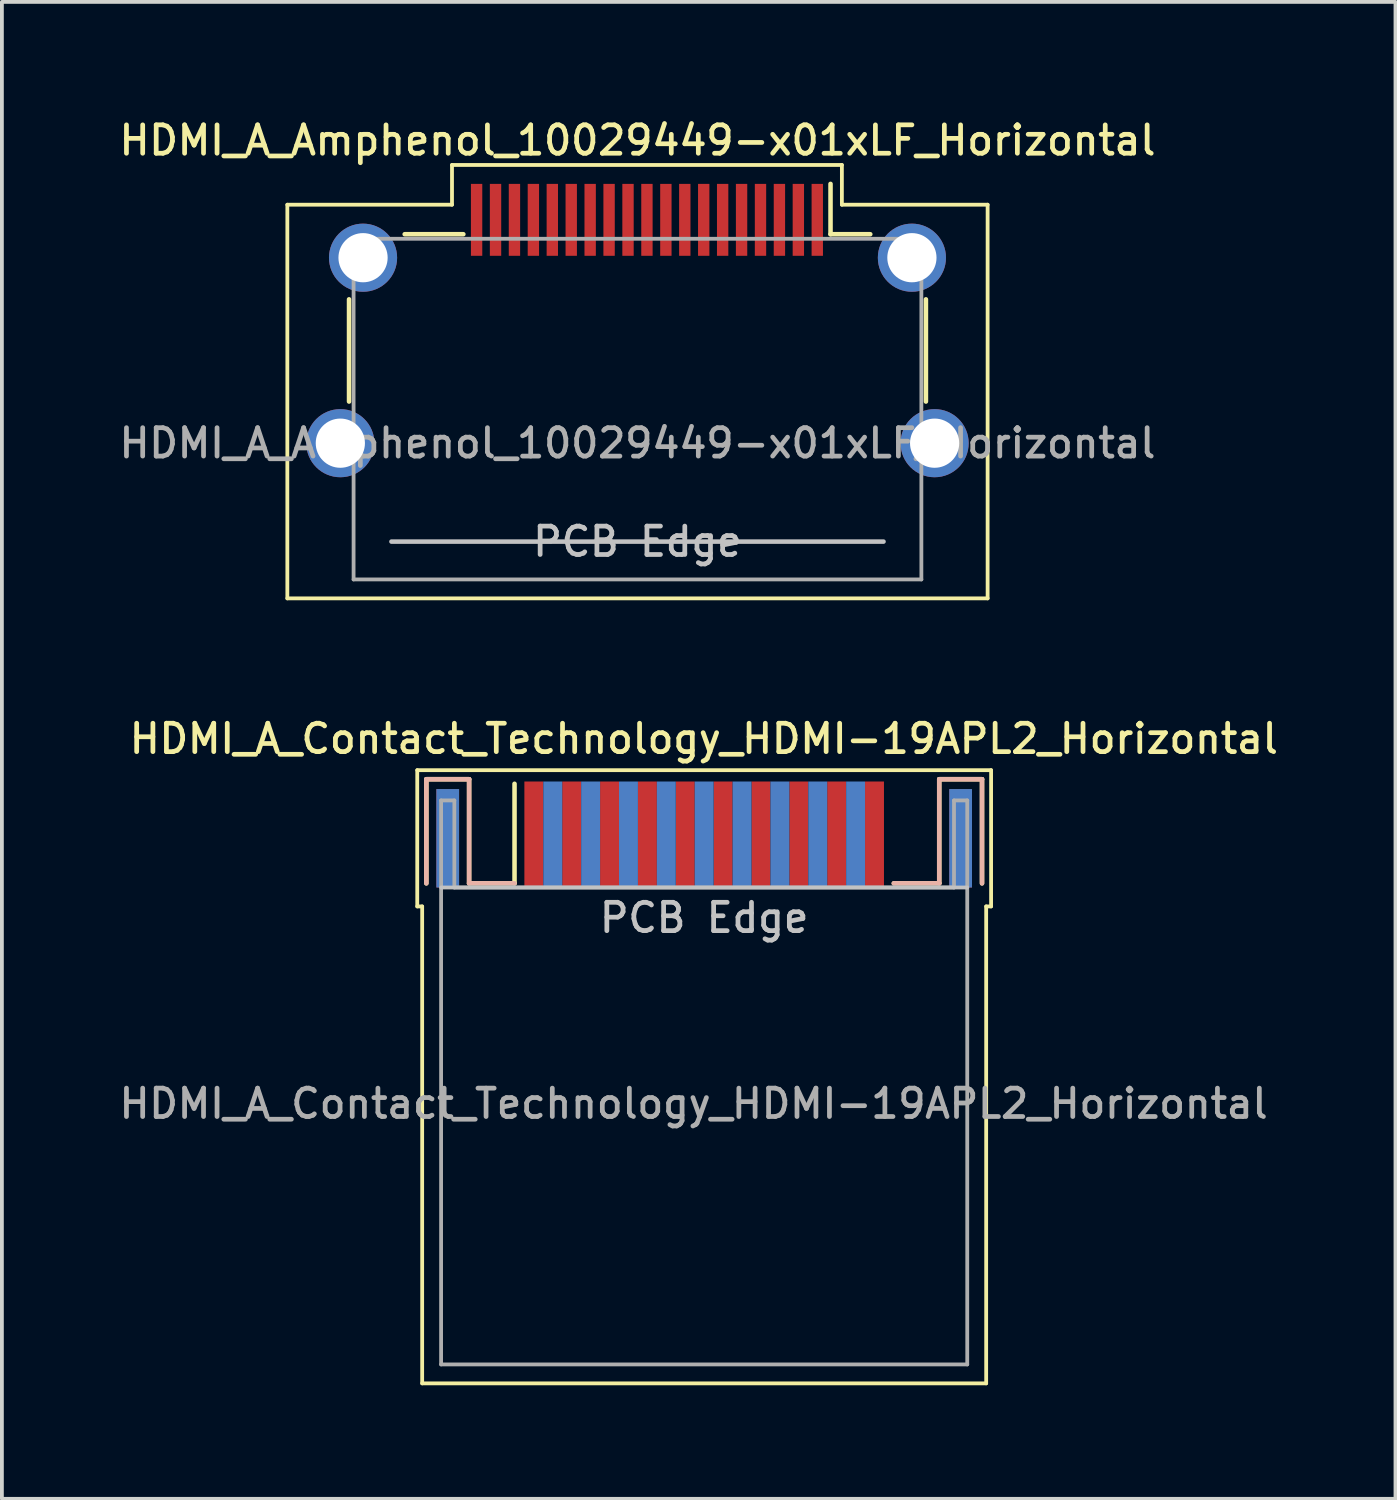
<source format=kicad_pcb>
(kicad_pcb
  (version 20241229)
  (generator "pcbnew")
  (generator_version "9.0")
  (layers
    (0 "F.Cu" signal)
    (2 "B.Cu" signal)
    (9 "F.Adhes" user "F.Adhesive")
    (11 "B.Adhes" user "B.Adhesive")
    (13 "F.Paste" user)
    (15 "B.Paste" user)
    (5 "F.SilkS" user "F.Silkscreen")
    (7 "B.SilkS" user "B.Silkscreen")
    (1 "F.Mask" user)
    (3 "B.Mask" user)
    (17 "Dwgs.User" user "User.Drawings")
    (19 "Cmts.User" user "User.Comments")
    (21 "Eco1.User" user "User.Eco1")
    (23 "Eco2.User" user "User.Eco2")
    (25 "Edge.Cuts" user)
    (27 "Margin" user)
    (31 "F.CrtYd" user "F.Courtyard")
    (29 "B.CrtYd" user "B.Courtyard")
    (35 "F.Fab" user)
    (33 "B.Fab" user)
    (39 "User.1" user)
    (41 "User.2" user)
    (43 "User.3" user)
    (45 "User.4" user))
  (footprint "HDMI_A_Amphenol_10029449-x01xLF_Horizontal"
    (layer "F.Cu")
    (at 13.791 7.758)
    (property "Reference" "HDMI_A_Amphenol_10029449-x01xLF_Horizontal" (at 0 -7.1 0) (unlocked yes) (layer "F.SilkS") (effects (font (size 0.75 0.75) (thickness 0.125))))
    (attr smd)
    (fp_line (start -9.25 -5.4) (end -4.9 -5.4) (stroke (width 0.1) (type solid)) (layer "F.SilkS"))
    (fp_line (start -9.25 5) (end -9.25 -5.4) (stroke (width 0.1) (type solid)) (layer "F.SilkS"))
    (fp_line (start -7.62 -0.2) (end -7.62 -2.9) (stroke (width 0.12) (type solid)) (layer "F.SilkS"))
    (fp_line (start -6.15 -4.62) (end -4.6 -4.62) (stroke (width 0.12) (type solid)) (layer "F.SilkS"))
    (fp_line (start -4.9 -6.45) (end 5.4 -6.45) (stroke (width 0.1) (type solid)) (layer "F.SilkS"))
    (fp_line (start -4.9 -5.4) (end -4.9 -6.45) (stroke (width 0.1) (type solid)) (layer "F.SilkS"))
    (fp_line (start 5.1 -5.95) (end 5.1 -4.62) (stroke (width 0.12) (type solid)) (layer "F.SilkS"))
    (fp_line (start 5.1 -4.62) (end 6.15 -4.62) (stroke (width 0.12) (type solid)) (layer "F.SilkS"))
    (fp_line (start 5.4 -6.45) (end 5.4 -5.4) (stroke (width 0.1) (type solid)) (layer "F.SilkS"))
    (fp_line (start 5.4 -5.4) (end 9.25 -5.4) (stroke (width 0.1) (type solid)) (layer "F.SilkS"))
    (fp_line (start 7.62 -2.9) (end 7.62 -0.2) (stroke (width 0.12) (type solid)) (layer "F.SilkS"))
    (fp_line (start 9.25 -5.4) (end 9.25 5) (stroke (width 0.1) (type solid)) (layer "F.SilkS"))
    (fp_line (start 9.25 5) (end -9.25 5) (stroke (width 0.1) (type solid)) (layer "F.SilkS"))
    (fp_line (start -6.5 3.5) (end 6.5 3.5) (stroke (width 0.12) (type solid)) (layer "Dwgs.User"))
    (fp_line (start -7.5 4.5) (end -7.5 -4.5) (stroke (width 0.1) (type solid)) (layer "F.Fab"))
    (fp_line (start -7.5 4.5) (end 7.5 4.5) (stroke (width 0.1) (type solid)) (layer "F.Fab"))
    (fp_line (start 7.5 -4.5) (end -7.5 -4.5) (stroke (width 0.1) (type solid)) (layer "F.Fab"))
    (fp_line (start 7.5 4.5) (end 7.5 -4.5) (stroke (width 0.1) (type solid)) (layer "F.Fab"))
    (fp_text user "PCB Edge" (at 0 3.5 0) (unlocked yes) (layer "Dwgs.User") (effects (font (size 0.75 0.75) (thickness 0.125))))
    (fp_text user "${REFERENCE}" (at 0 0.9 0) (unlocked yes) (layer "F.Fab") (effects (font (size 0.75 0.75) (thickness 0.125))))
    (pad "1" smd rect (at 4.75 -5) (size 0.3 1.9) (layers "F.Cu" "F.Mask" "F.Paste"))
    (pad "2" smd rect (at 4.25 -5) (size 0.3 1.9) (layers "F.Cu" "F.Mask" "F.Paste"))
    (pad "3" smd rect (at 3.75 -5) (size 0.3 1.9) (layers "F.Cu" "F.Mask" "F.Paste"))
    (pad "4" smd rect (at 3.25 -5) (size 0.3 1.9) (layers "F.Cu" "F.Mask" "F.Paste"))
    (pad "5" smd rect (at 2.75 -5) (size 0.3 1.9) (layers "F.Cu" "F.Mask" "F.Paste"))
    (pad "6" smd rect (at 2.25 -5) (size 0.3 1.9) (layers "F.Cu" "F.Mask" "F.Paste"))
    (pad "7" smd rect (at 1.75 -5) (size 0.3 1.9) (layers "F.Cu" "F.Mask" "F.Paste"))
    (pad "8" smd rect (at 1.25 -5) (size 0.3 1.9) (layers "F.Cu" "F.Mask" "F.Paste"))
    (pad "9" smd rect (at 0.75 -5) (size 0.3 1.9) (layers "F.Cu" "F.Mask" "F.Paste"))
    (pad "10" smd rect (at 0.25 -5) (size 0.3 1.9) (layers "F.Cu" "F.Mask" "F.Paste"))
    (pad "11" smd rect (at -0.25 -5) (size 0.3 1.9) (layers "F.Cu" "F.Mask" "F.Paste"))
    (pad "12" smd rect (at -0.75 -5) (size 0.3 1.9) (layers "F.Cu" "F.Mask" "F.Paste"))
    (pad "13" smd rect (at -1.25 -5) (size 0.3 1.9) (layers "F.Cu" "F.Mask" "F.Paste"))
    (pad "14" smd rect (at -1.75 -5) (size 0.3 1.9) (layers "F.Cu" "F.Mask" "F.Paste"))
    (pad "15" smd rect (at -2.25 -5) (size 0.3 1.9) (layers "F.Cu" "F.Mask" "F.Paste"))
    (pad "16" smd rect (at -2.75 -5) (size 0.3 1.9) (layers "F.Cu" "F.Mask" "F.Paste"))
    (pad "17" smd rect (at -3.25 -5) (size 0.3 1.9) (layers "F.Cu" "F.Mask" "F.Paste"))
    (pad "18" smd rect (at -3.75 -5) (size 0.3 1.9) (layers "F.Cu" "F.Mask" "F.Paste"))
    (pad "19" smd rect (at -4.25 -5) (size 0.3 1.9) (layers "F.Cu" "F.Mask" "F.Paste"))
    (pad "SH" thru_hole circle (at -7.85 0.9) (size 1.8 1.8) (drill 1.3) (layers "*.Cu" "*.Mask"))
    (pad "SH" thru_hole circle (at -7.25 -4) (size 1.8 1.8) (drill 1.3) (layers "*.Cu" "*.Mask"))
    (pad "SH" thru_hole circle (at 7.25 -4) (size 1.8 1.8) (drill 1.3) (layers "*.Cu" "*.Mask"))
    (pad "SH" thru_hole circle (at 7.85 0.9) (size 1.8 1.8) (drill 1.3) (layers "*.Cu" "*.Mask")))
  (footprint "HDMI_A_Contact_Technology_HDMI-19APL2_Horizontal"
    (layer "F.Cu")
    (at 15.553 18.996)
    (property "Reference" "HDMI_A_Contact_Technology_HDMI-19APL2_Horizontal" (at -0.01 -2.53 0) (layer "F.SilkS") (effects (font (size 0.75 0.75) (thickness 0.125))))
    (attr smd)
    (fp_line (start -7.58 1.9) (end -7.58 -1.7) (stroke (width 0.1) (type solid)) (layer "F.SilkS"))
    (fp_line (start -7.45 1.9) (end -7.58 1.9) (stroke (width 0.1) (type solid)) (layer "F.SilkS"))
    (fp_line (start -7.45 14.5) (end -7.45 1.9) (stroke (width 0.1) (type solid)) (layer "F.SilkS"))
    (fp_line (start -7.45 14.5) (end 7.45 14.5) (stroke (width 0.1) (type solid)) (layer "F.SilkS"))
    (fp_line (start -7.34 -1.46) (end -6.21 -1.46) (stroke (width 0.12) (type solid)) (layer "F.SilkS"))
    (fp_line (start -7.34 1.29) (end -7.34 -1.46) (stroke (width 0.12) (type solid)) (layer "F.SilkS"))
    (fp_line (start -6.21 -1.46) (end -6.21 1.29) (stroke (width 0.12) (type solid)) (layer "F.SilkS"))
    (fp_line (start -6.21 1.29) (end -5.01 1.29) (stroke (width 0.12) (type solid)) (layer "F.SilkS"))
    (fp_line (start -5.01 1.29) (end -5.01 -1.34) (stroke (width 0.12) (type solid)) (layer "F.SilkS"))
    (fp_line (start 6.21 -1.46) (end 6.21 1.29) (stroke (width 0.12) (type solid)) (layer "F.SilkS"))
    (fp_line (start 6.21 1.29) (end 5.01 1.29) (stroke (width 0.12) (type solid)) (layer "F.SilkS"))
    (fp_line (start 7.34 -1.46) (end 6.21 -1.46) (stroke (width 0.12) (type solid)) (layer "F.SilkS"))
    (fp_line (start 7.34 1.29) (end 7.34 -1.46) (stroke (width 0.12) (type solid)) (layer "F.SilkS"))
    (fp_line (start 7.45 1.9) (end 7.58 1.9) (stroke (width 0.1) (type solid)) (layer "F.SilkS"))
    (fp_line (start 7.45 14.5) (end 7.45 1.9) (stroke (width 0.1) (type solid)) (layer "F.SilkS"))
    (fp_line (start 7.58 -1.7) (end -7.58 -1.7) (stroke (width 0.1) (type solid)) (layer "F.SilkS"))
    (fp_line (start 7.58 1.9) (end 7.58 -1.7) (stroke (width 0.1) (type solid)) (layer "F.SilkS"))
    (fp_line (start -7.34 -1.46) (end -6.21 -1.46) (stroke (width 0.12) (type solid)) (layer "B.SilkS"))
    (fp_line (start -7.34 1.29) (end -7.34 -1.46) (stroke (width 0.12) (type solid)) (layer "B.SilkS"))
    (fp_line (start -6.21 -1.46) (end -6.21 1.29) (stroke (width 0.12) (type solid)) (layer "B.SilkS"))
    (fp_line (start -6.21 1.29) (end -5.01 1.29) (stroke (width 0.12) (type solid)) (layer "B.SilkS"))
    (fp_line (start 6.21 -1.46) (end 6.21 1.29) (stroke (width 0.12) (type solid)) (layer "B.SilkS"))
    (fp_line (start 6.21 1.29) (end 5.01 1.29) (stroke (width 0.12) (type solid)) (layer "B.SilkS"))
    (fp_line (start 7.34 -1.46) (end 6.21 -1.46) (stroke (width 0.12) (type solid)) (layer "B.SilkS"))
    (fp_line (start 7.34 1.29) (end 7.34 -1.46) (stroke (width 0.12) (type solid)) (layer "B.SilkS"))
    (fp_line (start -6.95 1.4) (end 6.95 1.4) (stroke (width 0.1) (type solid)) (layer "Dwgs.User"))
    (fp_line (start -6.95 -0.9) (end -6.95 14) (stroke (width 0.1) (type solid)) (layer "F.Fab"))
    (fp_line (start -6.95 -0.9) (end -6.6 -0.9) (stroke (width 0.1) (type solid)) (layer "F.Fab"))
    (fp_line (start -6.95 14) (end 6.95 14) (stroke (width 0.1) (type solid)) (layer "F.Fab"))
    (fp_line (start -6.6 -0.9) (end -6.6 1.4) (stroke (width 0.1) (type solid)) (layer "F.Fab"))
    (fp_line (start -6.6 1.4) (end 6.6 1.4) (stroke (width 0.1) (type solid)) (layer "F.Fab"))
    (fp_line (start 6.6 -0.9) (end 6.6 1.4) (stroke (width 0.1) (type solid)) (layer "F.Fab"))
    (fp_line (start 6.95 -0.9) (end 6.6 -0.9) (stroke (width 0.1) (type solid)) (layer "F.Fab"))
    (fp_line (start 6.95 -0.9) (end 6.95 14) (stroke (width 0.1) (type solid)) (layer "F.Fab"))
    (fp_text user "PCB Edge" (at 0 2.2 0) (layer "Dwgs.User") (effects (font (size 0.75 0.75) (thickness 0.125))))
    (fp_text user "${REFERENCE}" (at -0.28 7.11 0) (layer "F.Fab") (effects (font (size 0.75 0.75) (thickness 0.125))))
    (pad "1" smd rect (at -4.5 0) (size 0.5 2.8) (layers "F.Cu" "F.Mask" "F.Paste"))
    (pad "2" smd rect (at -4 0) (size 0.5 2.8) (layers "B.Cu" "B.Mask" "B.Paste"))
    (pad "3" smd rect (at -3.5 0) (size 0.5 2.8) (layers "F.Cu" "F.Mask" "F.Paste"))
    (pad "4" smd rect (at -3 0) (size 0.5 2.8) (layers "B.Cu" "B.Mask" "B.Paste"))
    (pad "5" smd rect (at -2.5 0) (size 0.5 2.8) (layers "F.Cu" "F.Mask" "F.Paste"))
    (pad "6" smd rect (at -2 0) (size 0.5 2.8) (layers "B.Cu" "B.Mask" "B.Paste"))
    (pad "7" smd rect (at -1.5 0) (size 0.5 2.8) (layers "F.Cu" "F.Mask" "F.Paste"))
    (pad "8" smd rect (at -1 0) (size 0.5 2.8) (layers "B.Cu" "B.Mask" "B.Paste"))
    (pad "9" smd rect (at -0.5 0) (size 0.5 2.8) (layers "F.Cu" "F.Mask" "F.Paste"))
    (pad "10" smd rect (at 0 0) (size 0.5 2.8) (layers "B.Cu" "B.Mask" "B.Paste"))
    (pad "11" smd rect (at 0.5 0) (size 0.5 2.8) (layers "F.Cu" "F.Mask" "F.Paste"))
    (pad "12" smd rect (at 1 0) (size 0.5 2.8) (layers "B.Cu" "B.Mask" "B.Paste"))
    (pad "13" smd rect (at 1.5 0) (size 0.5 2.8) (layers "F.Cu" "F.Mask" "F.Paste"))
    (pad "14" smd rect (at 2 0) (size 0.5 2.8) (layers "B.Cu" "B.Mask" "B.Paste"))
    (pad "15" smd rect (at 2.5 0) (size 0.5 2.8) (layers "F.Cu" "F.Mask" "F.Paste"))
    (pad "16" smd rect (at 3 0) (size 0.5 2.8) (layers "B.Cu" "B.Mask" "B.Paste"))
    (pad "17" smd rect (at 3.5 0) (size 0.5 2.8) (layers "F.Cu" "F.Mask" "F.Paste"))
    (pad "18" smd rect (at 4 0) (size 0.5 2.8) (layers "B.Cu" "B.Mask" "B.Paste"))
    (pad "19" smd rect (at 4.5 0) (size 0.5 2.8) (layers "F.Cu" "F.Mask" "F.Paste"))
    (pad "SH" smd rect (at -6.775 0.1) (size 0.6 2.6) (layers "F.Cu" "F.Mask" "F.Paste"))
    (pad "SH" smd rect (at -6.775 0.1) (size 0.6 2.6) (layers "B.Cu" "B.Mask" "B.Paste"))
    (pad "SH" smd rect (at 6.775 0.1) (size 0.6 2.6) (layers "F.Cu" "F.Mask" "F.Paste"))
    (pad "SH" smd rect (at 6.775 0.1) (size 0.6 2.6) (layers "B.Cu" "B.Mask" "B.Paste")))
  (gr_rect
    (start -3 -3)
    (end 33.816 36.546)
    (stroke (width 0.1) (type default))
    (fill no)
    (layer "Edge.Cuts")))
</source>
